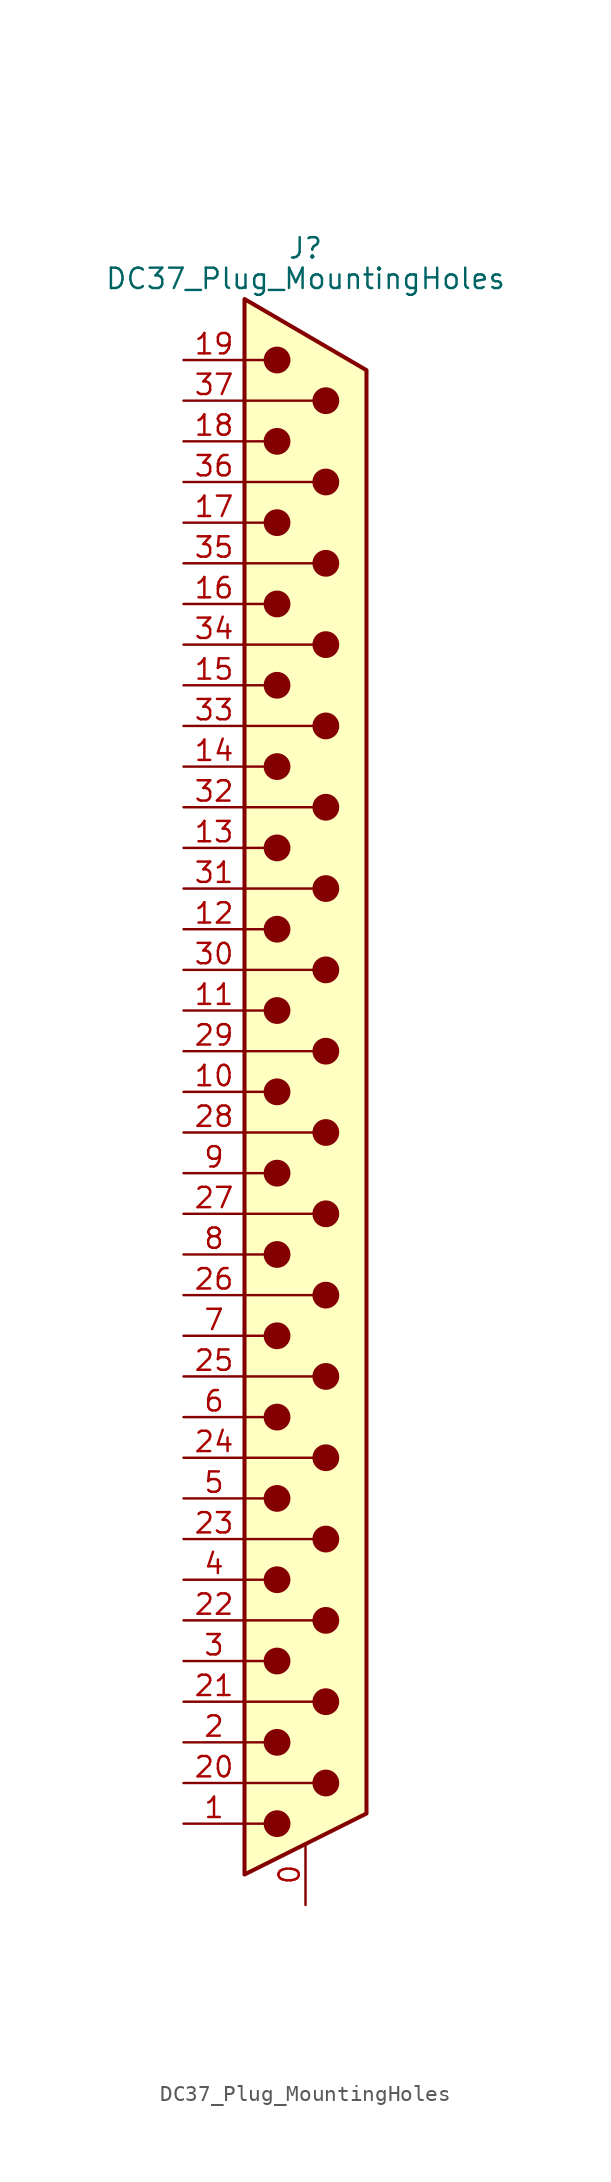
<source format=kicad_sym>
(kicad_symbol_lib
  (version 20220914)
  (generator kicad_symbol_editor)
  (symbol "DC37_Plug_MountingHoles"
    (pin_names
      (offset 1.016) hide)
    (property "Reference" "J"
      (at 0 52.705 0)
      (effects (font (size 1.27 1.27))))
    (property "Value" "DC37_Plug_MountingHoles"
      (at 0 50.8 0)
      (effects (font (size 1.27 1.27))))
    (symbol "DC37_Plug_MountingHoles_0_1"
      (circle (center -1.778 -45.72) (radius 0.762) (stroke (width 0) (type default)) (fill (type outline)))
      (circle (center -1.778 -40.64) (radius 0.762) (stroke (width 0) (type default)) (fill (type outline)))
      (circle (center -1.778 -35.56) (radius 0.762) (stroke (width 0) (type default)) (fill (type outline)))
      (circle (center -1.778 -30.48) (radius 0.762) (stroke (width 0) (type default)) (fill (type outline)))
      (circle (center -1.778 -25.4) (radius 0.762) (stroke (width 0) (type default)) (fill (type outline)))
      (circle (center -1.778 -20.32) (radius 0.762) (stroke (width 0) (type default)) (fill (type outline)))
      (circle (center -1.778 -15.24) (radius 0.762) (stroke (width 0) (type default)) (fill (type outline)))
      (circle (center -1.778 -10.16) (radius 0.762) (stroke (width 0) (type default)) (fill (type outline)))
      (circle (center -1.778 -5.08) (radius 0.762) (stroke (width 0) (type default)) (fill (type outline)))
      (circle (center -1.778 0) (radius 0.762) (stroke (width 0) (type default)) (fill (type outline)))
      (circle (center -1.778 5.08) (radius 0.762) (stroke (width 0) (type default)) (fill (type outline)))
      (circle (center -1.778 10.16) (radius 0.762) (stroke (width 0) (type default)) (fill (type outline)))
      (circle (center -1.778 15.24) (radius 0.762) (stroke (width 0) (type default)) (fill (type outline)))
      (circle (center -1.778 20.32) (radius 0.762) (stroke (width 0) (type default)) (fill (type outline)))
      (circle (center -1.778 25.4) (radius 0.762) (stroke (width 0) (type default)) (fill (type outline)))
      (circle (center -1.778 30.48) (radius 0.762) (stroke (width 0) (type default)) (fill (type outline)))
      (circle (center -1.778 35.56) (radius 0.762) (stroke (width 0) (type default)) (fill (type outline)))
      (circle (center -1.778 40.64) (radius 0.762) (stroke (width 0) (type default)) (fill (type outline)))
      (circle (center -1.778 45.72) (radius 0.762) (stroke (width 0) (type default)) (fill (type outline)))
      (polyline (pts (xy -3.81 -45.72) (xy -2.54 -45.72)) (stroke (width 0) (type default)) (fill (type none)))
      (polyline (pts (xy -3.81 -43.18) (xy 0.508 -43.18)) (stroke (width 0) (type default)) (fill (type none)))
      (polyline (pts (xy -3.81 -40.64) (xy -2.54 -40.64)) (stroke (width 0) (type default)) (fill (type none)))
      (polyline (pts (xy -3.81 -38.1) (xy 0.508 -38.1)) (stroke (width 0) (type default)) (fill (type none)))
      (polyline (pts (xy -3.81 -35.56) (xy -2.54 -35.56)) (stroke (width 0) (type default)) (fill (type none)))
      (polyline (pts (xy -3.81 -33.02) (xy 0.508 -33.02)) (stroke (width 0) (type default)) (fill (type none)))
      (polyline (pts (xy -3.81 -30.48) (xy -2.54 -30.48)) (stroke (width 0) (type default)) (fill (type none)))
      (polyline (pts (xy -3.81 -27.94) (xy 0.508 -27.94)) (stroke (width 0) (type default)) (fill (type none)))
      (polyline (pts (xy -3.81 -25.4) (xy -2.54 -25.4)) (stroke (width 0) (type default)) (fill (type none)))
      (polyline (pts (xy -3.81 -22.86) (xy 0.508 -22.86)) (stroke (width 0) (type default)) (fill (type none)))
      (polyline (pts (xy -3.81 -20.32) (xy -2.54 -20.32)) (stroke (width 0) (type default)) (fill (type none)))
      (polyline (pts (xy -3.81 -17.78) (xy 0.508 -17.78)) (stroke (width 0) (type default)) (fill (type none)))
      (polyline (pts (xy -3.81 -15.24) (xy -2.54 -15.24)) (stroke (width 0) (type default)) (fill (type none)))
      (polyline (pts (xy -3.81 -12.7) (xy 0.508 -12.7)) (stroke (width 0) (type default)) (fill (type none)))
      (polyline (pts (xy -3.81 -10.16) (xy -2.54 -10.16)) (stroke (width 0) (type default)) (fill (type none)))
      (polyline (pts (xy -3.81 -7.62) (xy 0.508 -7.62)) (stroke (width 0) (type default)) (fill (type none)))
      (polyline (pts (xy -3.81 -5.08) (xy -2.54 -5.08)) (stroke (width 0) (type default)) (fill (type none)))
      (polyline (pts (xy -3.81 -2.54) (xy 0.508 -2.54)) (stroke (width 0) (type default)) (fill (type none)))
      (polyline (pts (xy -3.81 0) (xy -2.54 0)) (stroke (width 0) (type default)) (fill (type none)))
      (polyline (pts (xy -3.81 2.54) (xy 0.508 2.54)) (stroke (width 0) (type default)) (fill (type none)))
      (polyline (pts (xy -3.81 5.08) (xy -2.54 5.08)) (stroke (width 0) (type default)) (fill (type none)))
      (polyline (pts (xy -3.81 7.62) (xy 0.508 7.62)) (stroke (width 0) (type default)) (fill (type none)))
      (polyline (pts (xy -3.81 10.16) (xy -2.54 10.16)) (stroke (width 0) (type default)) (fill (type none)))
      (polyline (pts (xy -3.81 12.7) (xy 0.508 12.7)) (stroke (width 0) (type default)) (fill (type none)))
      (polyline (pts (xy -3.81 15.24) (xy -2.54 15.24)) (stroke (width 0) (type default)) (fill (type none)))
      (polyline (pts (xy -3.81 17.78) (xy 0.508 17.78)) (stroke (width 0) (type default)) (fill (type none)))
      (polyline (pts (xy -3.81 20.32) (xy -2.54 20.32)) (stroke (width 0) (type default)) (fill (type none)))
      (polyline (pts (xy -3.81 22.86) (xy 0.508 22.86)) (stroke (width 0) (type default)) (fill (type none)))
      (polyline (pts (xy -3.81 25.4) (xy -2.54 25.4)) (stroke (width 0) (type default)) (fill (type none)))
      (polyline (pts (xy -3.81 27.94) (xy 0.508 27.94)) (stroke (width 0) (type default)) (fill (type none)))
      (polyline (pts (xy -3.81 30.48) (xy -2.54 30.48)) (stroke (width 0) (type default)) (fill (type none)))
      (polyline (pts (xy -3.81 33.02) (xy 0.508 33.02)) (stroke (width 0) (type default)) (fill (type none)))
      (polyline (pts (xy -3.81 35.56) (xy -2.54 35.56)) (stroke (width 0) (type default)) (fill (type none)))
      (polyline (pts (xy -3.81 38.1) (xy 0.508 38.1)) (stroke (width 0) (type default)) (fill (type none)))
      (polyline (pts (xy -3.81 40.64) (xy -2.54 40.64)) (stroke (width 0) (type default)) (fill (type none)))
      (polyline (pts (xy -3.81 43.18) (xy 0.508 43.18)) (stroke (width 0) (type default)) (fill (type none)))
      (polyline (pts (xy -3.81 45.72) (xy -2.54 45.72)) (stroke (width 0) (type default)) (fill (type none)))
      (polyline (pts (xy -3.81 49.53) (xy 3.81 45.085) (xy 3.81 -45.085) (xy -3.81 -48.895) (xy -3.81 49.53)) (stroke (width 0.254) (type default)) (fill (type background)))
      (circle (center 1.27 -43.18) (radius 0.762) (stroke (width 0) (type default)) (fill (type outline)))
      (circle (center 1.27 -38.1) (radius 0.762) (stroke (width 0) (type default)) (fill (type outline)))
      (circle (center 1.27 -33.02) (radius 0.762) (stroke (width 0) (type default)) (fill (type outline)))
      (circle (center 1.27 -27.94) (radius 0.762) (stroke (width 0) (type default)) (fill (type outline)))
      (circle (center 1.27 -22.86) (radius 0.762) (stroke (width 0) (type default)) (fill (type outline)))
      (circle (center 1.27 -17.78) (radius 0.762) (stroke (width 0) (type default)) (fill (type outline)))
      (circle (center 1.27 -12.7) (radius 0.762) (stroke (width 0) (type default)) (fill (type outline)))
      (circle (center 1.27 -7.62) (radius 0.762) (stroke (width 0) (type default)) (fill (type outline)))
      (circle (center 1.27 -2.54) (radius 0.762) (stroke (width 0) (type default)) (fill (type outline)))
      (circle (center 1.27 2.54) (radius 0.762) (stroke (width 0) (type default)) (fill (type outline)))
      (circle (center 1.27 7.62) (radius 0.762) (stroke (width 0) (type default)) (fill (type outline)))
      (circle (center 1.27 12.7) (radius 0.762) (stroke (width 0) (type default)) (fill (type outline)))
      (circle (center 1.27 17.78) (radius 0.762) (stroke (width 0) (type default)) (fill (type outline)))
      (circle (center 1.27 22.86) (radius 0.762) (stroke (width 0) (type default)) (fill (type outline)))
      (circle (center 1.27 27.94) (radius 0.762) (stroke (width 0) (type default)) (fill (type outline)))
      (circle (center 1.27 33.02) (radius 0.762) (stroke (width 0) (type default)) (fill (type outline)))
      (circle (center 1.27 38.1) (radius 0.762) (stroke (width 0) (type default)) (fill (type outline)))
      (circle (center 1.27 43.18) (radius 0.762) (stroke (width 0) (type default)) (fill (type outline))))
    (symbol "DC37_Plug_MountingHoles_1_1"
      (pin passive line (at 0 -50.8 90) (length 3.81) (name "PAD" (effects (font (size 1.27 1.27)))) (number "0" (effects (font (size 1.27 1.27)))))
      (pin passive line (at -7.62 -45.72 0) (length 3.81) (name "1" (effects (font (size 1.27 1.27)))) (number "1" (effects (font (size 1.27 1.27)))))
      (pin passive line (at -7.62 0 0) (length 3.81) (name "10" (effects (font (size 1.27 1.27)))) (number "10" (effects (font (size 1.27 1.27)))))
      (pin passive line (at -7.62 5.08 0) (length 3.81) (name "11" (effects (font (size 1.27 1.27)))) (number "11" (effects (font (size 1.27 1.27)))))
      (pin passive line (at -7.62 10.16 0) (length 3.81) (name "12" (effects (font (size 1.27 1.27)))) (number "12" (effects (font (size 1.27 1.27)))))
      (pin passive line (at -7.62 15.24 0) (length 3.81) (name "13" (effects (font (size 1.27 1.27)))) (number "13" (effects (font (size 1.27 1.27)))))
      (pin passive line (at -7.62 20.32 0) (length 3.81) (name "14" (effects (font (size 1.27 1.27)))) (number "14" (effects (font (size 1.27 1.27)))))
      (pin passive line (at -7.62 25.4 0) (length 3.81) (name "15" (effects (font (size 1.27 1.27)))) (number "15" (effects (font (size 1.27 1.27)))))
      (pin passive line (at -7.62 30.48 0) (length 3.81) (name "16" (effects (font (size 1.27 1.27)))) (number "16" (effects (font (size 1.27 1.27)))))
      (pin passive line (at -7.62 35.56 0) (length 3.81) (name "17" (effects (font (size 1.27 1.27)))) (number "17" (effects (font (size 1.27 1.27)))))
      (pin passive line (at -7.62 40.64 0) (length 3.81) (name "18" (effects (font (size 1.27 1.27)))) (number "18" (effects (font (size 1.27 1.27)))))
      (pin passive line (at -7.62 45.72 0) (length 3.81) (name "19" (effects (font (size 1.27 1.27)))) (number "19" (effects (font (size 1.27 1.27)))))
      (pin passive line (at -7.62 -40.64 0) (length 3.81) (name "2" (effects (font (size 1.27 1.27)))) (number "2" (effects (font (size 1.27 1.27)))))
      (pin passive line (at -7.62 -43.18 0) (length 3.81) (name "20" (effects (font (size 1.27 1.27)))) (number "20" (effects (font (size 1.27 1.27)))))
      (pin passive line (at -7.62 -38.1 0) (length 3.81) (name "21" (effects (font (size 1.27 1.27)))) (number "21" (effects (font (size 1.27 1.27)))))
      (pin passive line (at -7.62 -33.02 0) (length 3.81) (name "22" (effects (font (size 1.27 1.27)))) (number "22" (effects (font (size 1.27 1.27)))))
      (pin passive line (at -7.62 -27.94 0) (length 3.81) (name "23" (effects (font (size 1.27 1.27)))) (number "23" (effects (font (size 1.27 1.27)))))
      (pin passive line (at -7.62 -22.86 0) (length 3.81) (name "24" (effects (font (size 1.27 1.27)))) (number "24" (effects (font (size 1.27 1.27)))))
      (pin passive line (at -7.62 -17.78 0) (length 3.81) (name "25" (effects (font (size 1.27 1.27)))) (number "25" (effects (font (size 1.27 1.27)))))
      (pin passive line (at -7.62 -12.7 0) (length 3.81) (name "26" (effects (font (size 1.27 1.27)))) (number "26" (effects (font (size 1.27 1.27)))))
      (pin passive line (at -7.62 -7.62 0) (length 3.81) (name "27" (effects (font (size 1.27 1.27)))) (number "27" (effects (font (size 1.27 1.27)))))
      (pin passive line (at -7.62 -2.54 0) (length 3.81) (name "28" (effects (font (size 1.27 1.27)))) (number "28" (effects (font (size 1.27 1.27)))))
      (pin passive line (at -7.62 2.54 0) (length 3.81) (name "29" (effects (font (size 1.27 1.27)))) (number "29" (effects (font (size 1.27 1.27)))))
      (pin passive line (at -7.62 -35.56 0) (length 3.81) (name "3" (effects (font (size 1.27 1.27)))) (number "3" (effects (font (size 1.27 1.27)))))
      (pin passive line (at -7.62 7.62 0) (length 3.81) (name "30" (effects (font (size 1.27 1.27)))) (number "30" (effects (font (size 1.27 1.27)))))
      (pin passive line (at -7.62 12.7 0) (length 3.81) (name "31" (effects (font (size 1.27 1.27)))) (number "31" (effects (font (size 1.27 1.27)))))
      (pin passive line (at -7.62 17.78 0) (length 3.81) (name "32" (effects (font (size 1.27 1.27)))) (number "32" (effects (font (size 1.27 1.27)))))
      (pin passive line (at -7.62 22.86 0) (length 3.81) (name "33" (effects (font (size 1.27 1.27)))) (number "33" (effects (font (size 1.27 1.27)))))
      (pin passive line (at -7.62 27.94 0) (length 3.81) (name "34" (effects (font (size 1.27 1.27)))) (number "34" (effects (font (size 1.27 1.27)))))
      (pin passive line (at -7.62 33.02 0) (length 3.81) (name "35" (effects (font (size 1.27 1.27)))) (number "35" (effects (font (size 1.27 1.27)))))
      (pin passive line (at -7.62 38.1 0) (length 3.81) (name "36" (effects (font (size 1.27 1.27)))) (number "36" (effects (font (size 1.27 1.27)))))
      (pin passive line (at -7.62 43.18 0) (length 3.81) (name "37" (effects (font (size 1.27 1.27)))) (number "37" (effects (font (size 1.27 1.27)))))
      (pin passive line (at -7.62 -30.48 0) (length 3.81) (name "4" (effects (font (size 1.27 1.27)))) (number "4" (effects (font (size 1.27 1.27)))))
      (pin passive line (at -7.62 -25.4 0) (length 3.81) (name "5" (effects (font (size 1.27 1.27)))) (number "5" (effects (font (size 1.27 1.27)))))
      (pin passive line (at -7.62 -20.32 0) (length 3.81) (name "6" (effects (font (size 1.27 1.27)))) (number "6" (effects (font (size 1.27 1.27)))))
      (pin passive line (at -7.62 -15.24 0) (length 3.81) (name "7" (effects (font (size 1.27 1.27)))) (number "7" (effects (font (size 1.27 1.27)))))
      (pin passive line (at -7.62 -10.16 0) (length 3.81) (name "8" (effects (font (size 1.27 1.27)))) (number "8" (effects (font (size 1.27 1.27)))))
      (pin passive line (at -7.62 -5.08 0) (length 3.81) (name "9" (effects (font (size 1.27 1.27)))) (number "9" (effects (font (size 1.27 1.27))))))))
</source>
